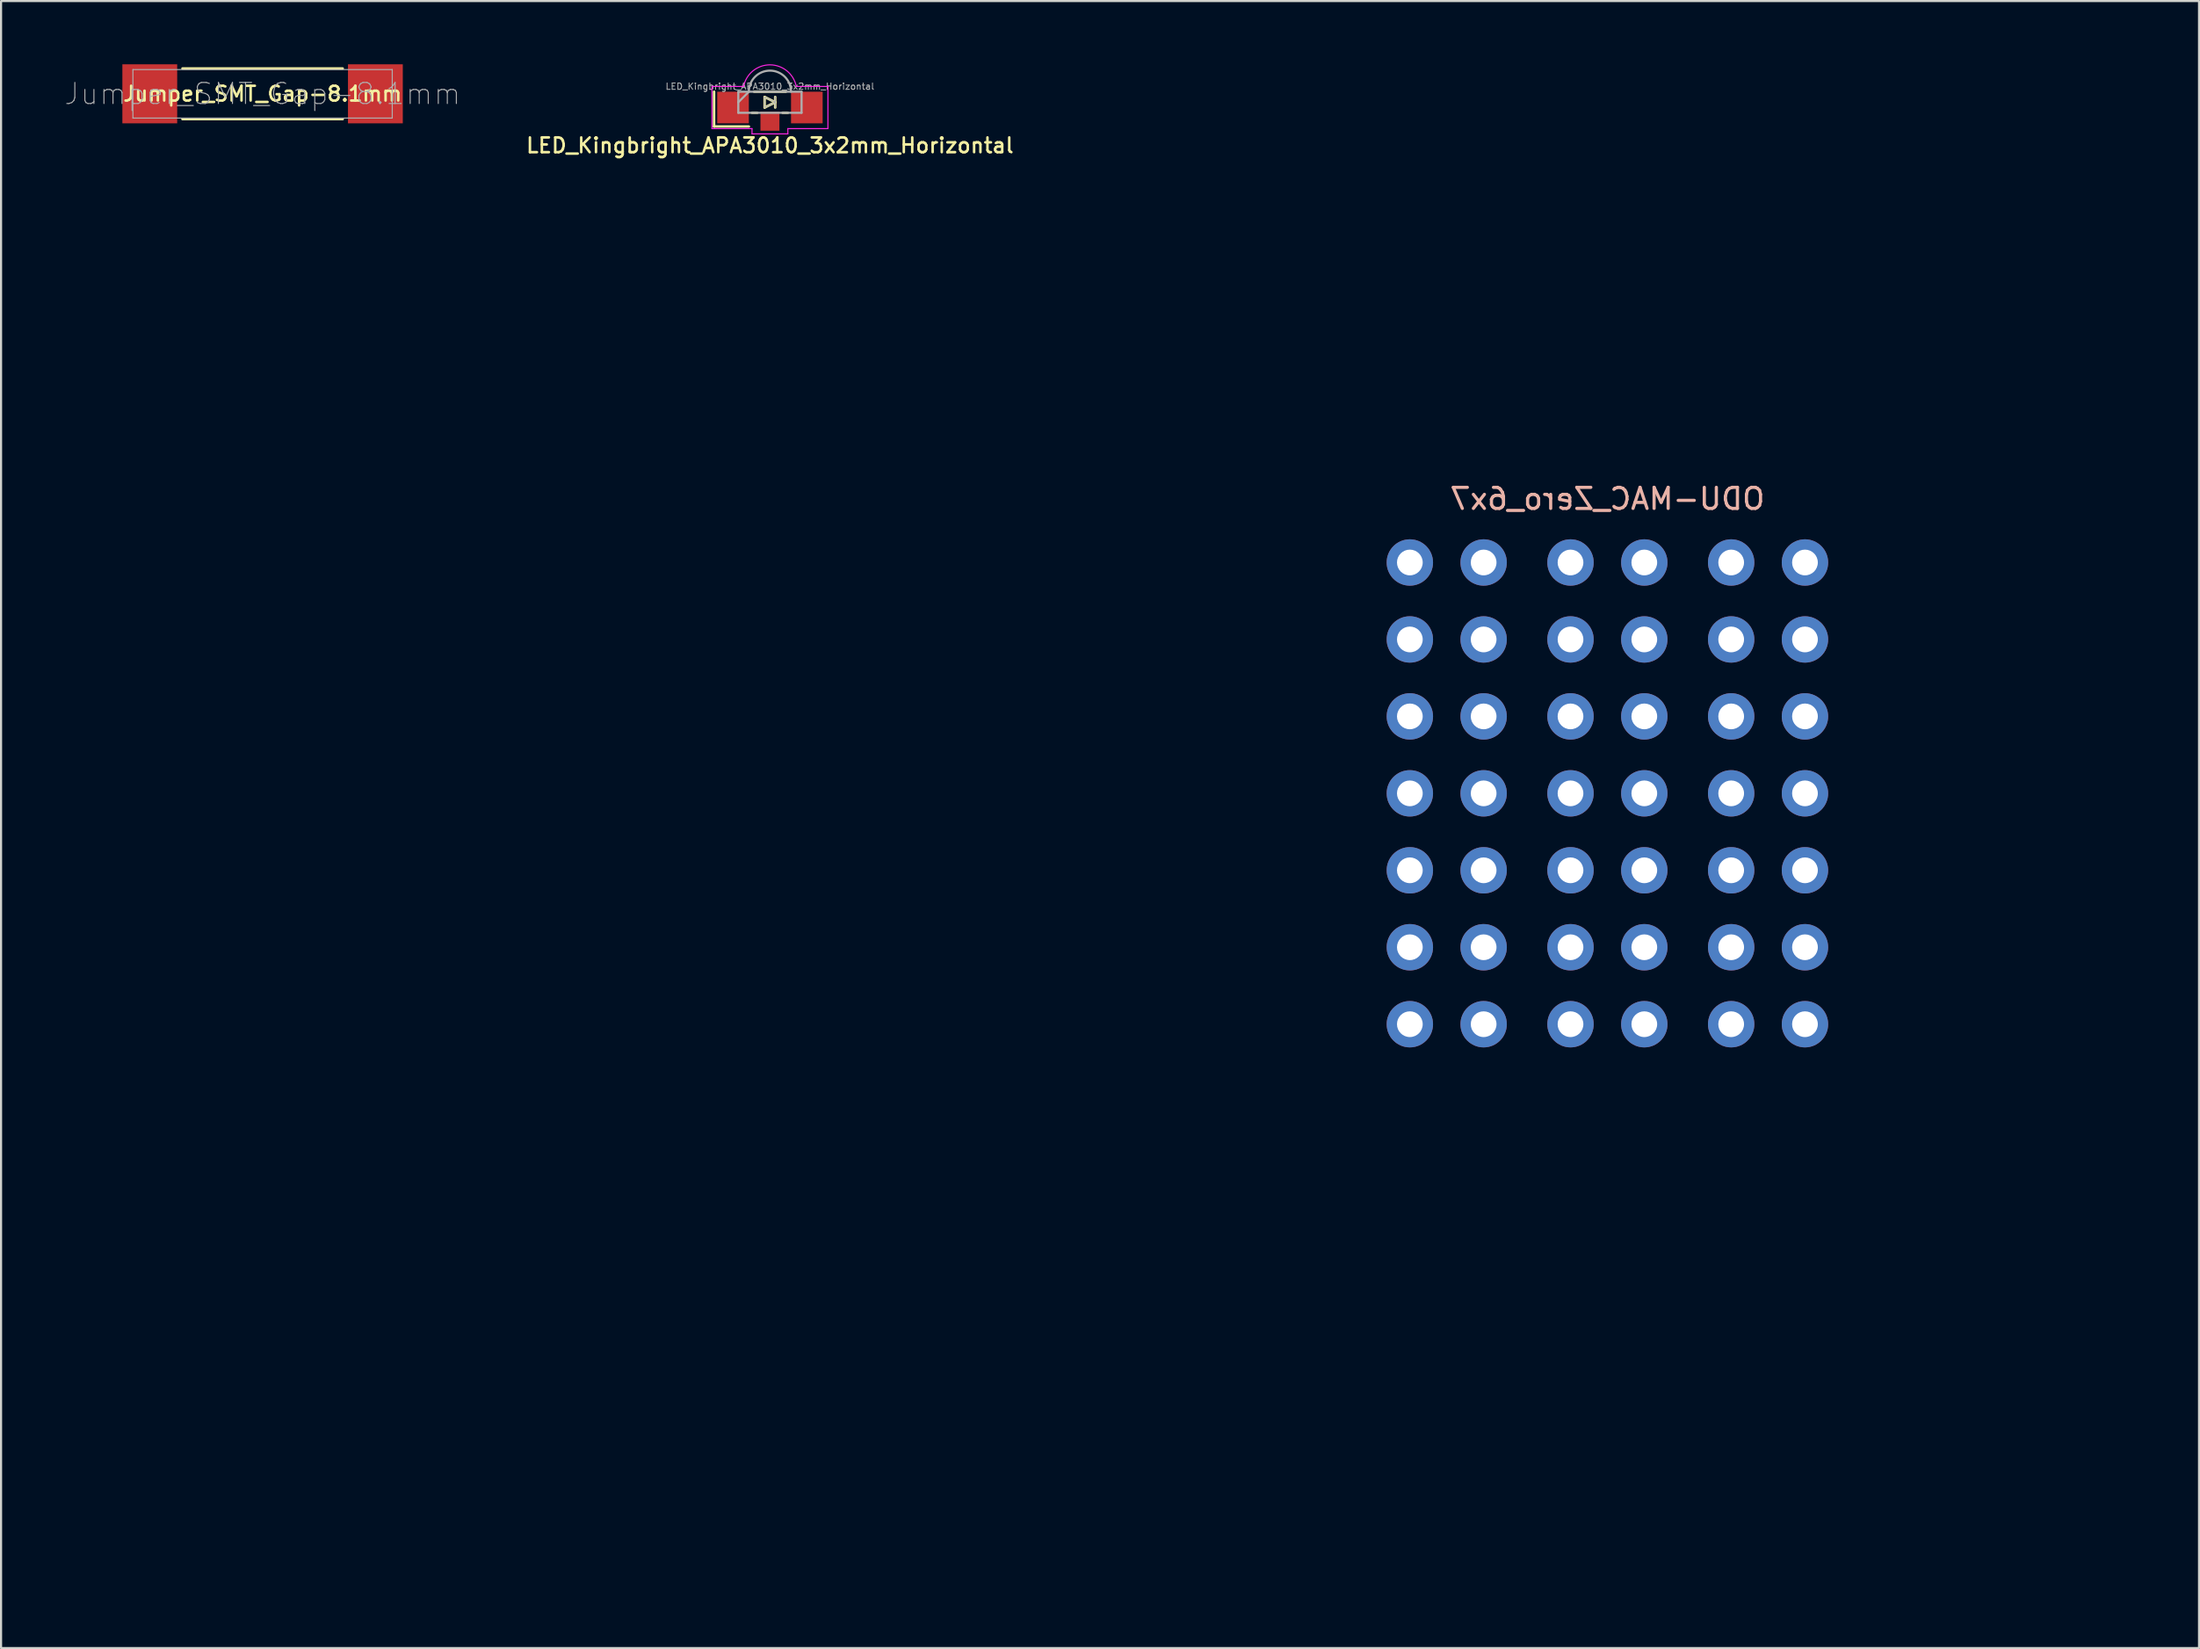
<source format=kicad_pcb>
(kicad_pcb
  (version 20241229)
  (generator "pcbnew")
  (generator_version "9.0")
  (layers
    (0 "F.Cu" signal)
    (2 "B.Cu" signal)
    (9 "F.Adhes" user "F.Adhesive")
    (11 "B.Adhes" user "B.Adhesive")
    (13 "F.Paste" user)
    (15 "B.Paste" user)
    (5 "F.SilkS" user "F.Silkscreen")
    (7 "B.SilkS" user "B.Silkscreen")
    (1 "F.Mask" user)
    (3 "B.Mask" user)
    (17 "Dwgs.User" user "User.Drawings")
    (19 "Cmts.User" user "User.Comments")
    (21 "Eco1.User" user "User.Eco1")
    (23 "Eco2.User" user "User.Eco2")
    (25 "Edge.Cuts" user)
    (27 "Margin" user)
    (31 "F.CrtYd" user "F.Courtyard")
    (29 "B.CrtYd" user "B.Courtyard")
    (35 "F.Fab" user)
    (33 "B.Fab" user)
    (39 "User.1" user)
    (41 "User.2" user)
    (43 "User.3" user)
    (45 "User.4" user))
  (footprint "LED_Kingbright_APA3010_3x2mm_Horizontal"
    (layer "F.Cu")
    (at 33.467 2.05)
    (property "Reference" "LED_Kingbright_APA3010_3x2mm_Horizontal" (at 0 1.8 0) (layer "F.SilkS") (effects (font (size 0.7 0.7) (thickness 0.12))))
    (attr smd)
    (fp_line (start -2.65 -0.75) (end -2.65 0.9) (stroke (width 0.12) (type solid)) (layer "F.SilkS"))
    (fp_line (start -2.65 0.9) (end -1 0.9) (stroke (width 0.12) (type solid)) (layer "F.SilkS"))
    (fp_line (start -0.85 0.25) (end -0.6 0.25) (stroke (width 0.12) (type solid)) (layer "F.SilkS"))
    (fp_line (start -0.75 -0.75) (end 0.75 -0.75) (stroke (width 0.12) (type solid)) (layer "F.SilkS"))
    (fp_line (start -0.25 -0.5) (end 0.25 -0.25) (stroke (width 0.12) (type solid)) (layer "F.SilkS"))
    (fp_line (start -0.25 0) (end -0.25 -0.5) (stroke (width 0.12) (type solid)) (layer "F.SilkS"))
    (fp_line (start 0.25 -0.5) (end 0.25 0) (stroke (width 0.12) (type solid)) (layer "F.SilkS"))
    (fp_line (start 0.25 -0.25) (end -0.25 0) (stroke (width 0.12) (type solid)) (layer "F.SilkS"))
    (fp_line (start 0.6 0.25) (end 0.85 0.25) (stroke (width 0.12) (type solid)) (layer "F.SilkS"))
    (fp_line (start -2.75 -1) (end -1.25 -1) (stroke (width 0.05) (type solid)) (layer "F.CrtYd"))
    (fp_line (start -2.75 1) (end -2.75 -1) (stroke (width 0.05) (type solid)) (layer "F.CrtYd"))
    (fp_line (start -2.75 1) (end -0.85 1) (stroke (width 0.05) (type solid)) (layer "F.CrtYd"))
    (fp_line (start -0.85 1) (end -0.85 1.25) (stroke (width 0.05) (type solid)) (layer "F.CrtYd"))
    (fp_line (start -0.85 1.25) (end 0.85 1.25) (stroke (width 0.05) (type solid)) (layer "F.CrtYd"))
    (fp_line (start 0.85 1) (end 0.85 1.25) (stroke (width 0.05) (type solid)) (layer "F.CrtYd"))
    (fp_line (start 0.85 1) (end 2.75 1) (stroke (width 0.05) (type solid)) (layer "F.CrtYd"))
    (fp_line (start 2.75 -1) (end 1.25 -1) (stroke (width 0.05) (type solid)) (layer "F.CrtYd"))
    (fp_line (start 2.75 1) (end 2.75 -1) (stroke (width 0.05) (type solid)) (layer "F.CrtYd"))
    (fp_arc (start -1.25 -1.000001) (mid 0 -2.024756) (end 1.25 -1) (stroke (width 0.05) (type solid)) (layer "F.CrtYd"))
    (fp_line (start -1.5 -0.75) (end -1.5 0.25) (stroke (width 0.1) (type solid)) (layer "F.Fab"))
    (fp_line (start -1.5 0.25) (end 1.5 0.25) (stroke (width 0.1) (type solid)) (layer "F.Fab"))
    (fp_line (start -1 -0.75) (end -1.5 -0.25) (stroke (width 0.1) (type solid)) (layer "F.Fab"))
    (fp_line (start -0.25 -0.5) (end 0.25 -0.25) (stroke (width 0.05) (type solid)) (layer "F.Fab"))
    (fp_line (start -0.25 0) (end -0.25 -0.5) (stroke (width 0.05) (type solid)) (layer "F.Fab"))
    (fp_line (start 0.25 -0.5) (end 0.25 -0.25) (stroke (width 0.05) (type solid)) (layer "F.Fab"))
    (fp_line (start 0.25 -0.25) (end -0.25 0) (stroke (width 0.05) (type solid)) (layer "F.Fab"))
    (fp_line (start 0.25 0) (end 0.25 -0.5) (stroke (width 0.05) (type solid)) (layer "F.Fab"))
    (fp_line (start 1.5 -0.75) (end -1.5 -0.75) (stroke (width 0.1) (type solid)) (layer "F.Fab"))
    (fp_line (start 1.5 0.25) (end 1.5 -0.75) (stroke (width 0.1) (type solid)) (layer "F.Fab"))
    (fp_arc (start -1 -0.75) (mid 0 -1.75) (end 1 -0.75) (stroke (width 0.1) (type solid)) (layer "F.Fab"))
    (fp_text user "${REFERENCE}" (at 0 -1 0) (layer "F.Fab") (effects (font (size 0.3 0.3) (thickness 0.045))))
    (pad "1" smd rect (at 1.75 0) (size 1.5 1.5) (layers "F.Cu" "F.Mask" "F.Paste"))
    (pad "2" smd rect (at -1.75 0) (size 1.5 1.5) (layers "F.Cu" "F.Mask" "F.Paste"))
    (pad "3" smd rect (at 0 0.65) (size 0.9 0.9) (layers "F.Cu" "F.Mask" "F.Paste")))
  (footprint "ODU-MAC_Zero_6x7"
    (layer "F.Cu")
    (at 73.187 34.58)
    (property "Reference" "ODU-MAC_Zero_6x7" (at 0 -13.97 0) (layer "B.SilkS") (effects (font (size 1 1) (thickness 0.15)) (justify mirror)))
    (attr through_hole)
    (fp_line (start -25 -34.52) (end 25 -34.52) (stroke (width 0.12) (type solid)) (layer "Eco1.User"))
    (fp_line (start -25 37.48) (end -25 -34.52) (stroke (width 0.12) (type solid)) (layer "Eco1.User"))
    (fp_line (start 25 -34.52) (end 25 37.48) (stroke (width 0.12) (type solid)) (layer "Eco1.User"))
    (fp_line (start 25 37.48) (end -25 37.48) (stroke (width 0.12) (type solid)) (layer "Eco1.User"))
    (fp_circle (center -20 -29.52) (end -17.9 -29.52) (stroke (width 0.12) (type solid)) (fill no) (layer "Eco1.User"))
    (fp_circle (center -20 32.48) (end -17.9 32.48) (stroke (width 0.12) (type solid)) (fill no) (layer "Eco1.User"))
    (fp_circle (center 20 -29.52) (end 22.1 -29.52) (stroke (width 0.12) (type solid)) (fill no) (layer "Eco1.User"))
    (fp_circle (center 20 32.48) (end 22.1 32.48) (stroke (width 0.12) (type solid)) (fill no) (layer "Eco1.User"))
    (fp_text user "+/- 20 mm X,-29.52 mm +32.48 mm Y" (at 0 -22.8 0) (layer "Eco1.User") (effects (font (size 1 1) (thickness 0.05))))
    (fp_text user "Flat bottom" (at 0 16 0) (layer "Eco1.User") (effects (font (size 1 1) (thickness 0.15))))
    (fp_text user "Holes are @ part center" (at -8.3 -24.5 0) (layer "Eco1.User") (effects (font (size 1 1) (thickness 0.05)) (justify left)))
    (fp_text user "Rounded top" (at 0 -17 0) (layer "Eco1.User") (effects (font (size 1 1) (thickness 0.15))))
    (pad "1" thru_hole circle (at -9.37 -10.95) (size 2.2 2.2) (drill 1.22) (layers "*.Cu" "*.Mask"))
    (pad "2" thru_hole circle (at -5.87 -10.95) (size 2.2 2.2) (drill 1.22) (layers "*.Cu" "*.Mask"))
    (pad "3" thru_hole circle (at -9.37 -7.3) (size 2.2 2.2) (drill 1.22) (layers "*.Cu" "*.Mask"))
    (pad "4" thru_hole circle (at -5.87 -7.3) (size 2.2 2.2) (drill 1.22) (layers "*.Cu" "*.Mask"))
    (pad "5" thru_hole circle (at -9.37 -3.65) (size 2.2 2.2) (drill 1.22) (layers "*.Cu" "*.Mask"))
    (pad "6" thru_hole circle (at -5.87 -3.65) (size 2.2 2.2) (drill 1.22) (layers "*.Cu" "*.Mask"))
    (pad "7" thru_hole circle (at -9.37 0) (size 2.2 2.2) (drill 1.22) (layers "*.Cu" "*.Mask"))
    (pad "8" thru_hole circle (at -5.87 0) (size 2.2 2.2) (drill 1.22) (layers "*.Cu" "*.Mask"))
    (pad "9" thru_hole circle (at -9.37 3.65) (size 2.2 2.2) (drill 1.22) (layers "*.Cu" "*.Mask"))
    (pad "10" thru_hole circle (at -5.87 3.65) (size 2.2 2.2) (drill 1.22) (layers "*.Cu" "*.Mask"))
    (pad "11" thru_hole circle (at -9.37 7.3) (size 2.2 2.2) (drill 1.22) (layers "*.Cu" "*.Mask"))
    (pad "12" thru_hole circle (at -5.87 7.3) (size 2.2 2.2) (drill 1.22) (layers "*.Cu" "*.Mask"))
    (pad "13" thru_hole circle (at -9.37 10.95) (size 2.2 2.2) (drill 1.22) (layers "*.Cu" "*.Mask"))
    (pad "14" thru_hole circle (at -5.87 10.95) (size 2.2 2.2) (drill 1.22) (layers "*.Cu" "*.Mask"))
    (pad "15" thru_hole circle (at -1.75 -10.95) (size 2.2 2.2) (drill 1.22) (layers "*.Cu" "*.Mask"))
    (pad "16" thru_hole circle (at 1.75 -10.95) (size 2.2 2.2) (drill 1.22) (layers "*.Cu" "*.Mask"))
    (pad "17" thru_hole circle (at -1.75 -7.3) (size 2.2 2.2) (drill 1.22) (layers "*.Cu" "*.Mask"))
    (pad "18" thru_hole circle (at 1.75 -7.3) (size 2.2 2.2) (drill 1.22) (layers "*.Cu" "*.Mask"))
    (pad "19" thru_hole circle (at -1.75 -3.65) (size 2.2 2.2) (drill 1.22) (layers "*.Cu" "*.Mask"))
    (pad "20" thru_hole circle (at 1.75 -3.65) (size 2.2 2.2) (drill 1.22) (layers "*.Cu" "*.Mask"))
    (pad "21" thru_hole circle (at -1.75 0) (size 2.2 2.2) (drill 1.22) (layers "*.Cu" "*.Mask"))
    (pad "22" thru_hole circle (at 1.75 0) (size 2.2 2.2) (drill 1.22) (layers "*.Cu" "*.Mask"))
    (pad "23" thru_hole circle (at -1.75 3.65) (size 2.2 2.2) (drill 1.22) (layers "*.Cu" "*.Mask"))
    (pad "24" thru_hole circle (at 1.75 3.65) (size 2.2 2.2) (drill 1.22) (layers "*.Cu" "*.Mask"))
    (pad "25" thru_hole circle (at -1.75 7.3) (size 2.2 2.2) (drill 1.22) (layers "*.Cu" "*.Mask"))
    (pad "26" thru_hole circle (at 1.75 7.3) (size 2.2 2.2) (drill 1.22) (layers "*.Cu" "*.Mask"))
    (pad "27" thru_hole circle (at -1.75 10.95) (size 2.2 2.2) (drill 1.22) (layers "*.Cu" "*.Mask"))
    (pad "28" thru_hole circle (at 1.75 10.95) (size 2.2 2.2) (drill 1.22) (layers "*.Cu" "*.Mask"))
    (pad "29" thru_hole circle (at 5.87 -10.95) (size 2.2 2.2) (drill 1.22) (layers "*.Cu" "*.Mask"))
    (pad "30" thru_hole circle (at 9.37 -10.95) (size 2.2 2.2) (drill 1.22) (layers "*.Cu" "*.Mask"))
    (pad "31" thru_hole circle (at 5.87 -7.3) (size 2.2 2.2) (drill 1.22) (layers "*.Cu" "*.Mask"))
    (pad "32" thru_hole circle (at 9.37 -7.3) (size 2.2 2.2) (drill 1.22) (layers "*.Cu" "*.Mask"))
    (pad "33" thru_hole circle (at 5.87 -3.65) (size 2.2 2.2) (drill 1.22) (layers "*.Cu" "*.Mask"))
    (pad "34" thru_hole circle (at 9.37 -3.65) (size 2.2 2.2) (drill 1.22) (layers "*.Cu" "*.Mask"))
    (pad "35" thru_hole circle (at 5.87 0) (size 2.2 2.2) (drill 1.22) (layers "*.Cu" "*.Mask"))
    (pad "36" thru_hole circle (at 9.37 0) (size 2.2 2.2) (drill 1.22) (layers "*.Cu" "*.Mask"))
    (pad "37" thru_hole circle (at 5.87 3.65) (size 2.2 2.2) (drill 1.22) (layers "*.Cu" "*.Mask"))
    (pad "38" thru_hole circle (at 9.37 3.65) (size 2.2 2.2) (drill 1.22) (layers "*.Cu" "*.Mask"))
    (pad "39" thru_hole circle (at 5.87 7.3) (size 2.2 2.2) (drill 1.22) (layers "*.Cu" "*.Mask"))
    (pad "40" thru_hole circle (at 9.37 7.3) (size 2.2 2.2) (drill 1.22) (layers "*.Cu" "*.Mask"))
    (pad "41" thru_hole circle (at 5.87 10.95) (size 2.2 2.2) (drill 1.22) (layers "*.Cu" "*.Mask"))
    (pad "42" thru_hole circle (at 9.37 10.95) (size 2.2 2.2) (drill 1.22) (layers "*.Cu" "*.Mask")))
  (footprint "Jumper_SMT_Gap-8.1mm"
    (layer "F.Cu")
    (at 9.404 1.4)
    (property "Reference" "Jumper_SMT_Gap-8.1mm" (at 0 0 0) (layer "F.SilkS") (effects (font (size 0.7 0.7) (thickness 0.12))))
    (attr smd)
    (fp_line (start -3.8 -1.2) (end 3.8 -1.2) (stroke (width 0.12) (type solid)) (layer "F.SilkS"))
    (fp_line (start -3.8 1.2) (end 3.8 1.2) (stroke (width 0.12) (type solid)) (layer "F.SilkS"))
    (fp_line (start -6.15 -1.15) (end 6.15 -1.15) (stroke (width 0.05) (type solid)) (layer "F.Fab"))
    (fp_line (start -6.15 1.15) (end -6.15 -1.15) (stroke (width 0.05) (type solid)) (layer "F.Fab"))
    (fp_line (start 6.15 -1.15) (end 6.15 1.15) (stroke (width 0.05) (type solid)) (layer "F.Fab"))
    (fp_line (start 6.15 1.15) (end -6.15 1.15) (stroke (width 0.05) (type solid)) (layer "F.Fab"))
    (fp_text user "${REFERENCE}" (at 0 0 0) (layer "F.Fab") (effects (font (size 1 1) (thickness 0.05))))
    (pad "1" smd rect (at -5.35 0) (size 2.6 2.8) (layers "F.Cu" "F.Mask" "F.Paste"))
    (pad "2" smd rect (at 5.35 0) (size 2.6 2.8) (layers "F.Cu" "F.Mask" "F.Paste")))
  (gr_rect
    (start -3 -3)
    (end 101.247 75.12)
    (stroke (width 0.1) (type default))
    (fill no)
    (layer "Edge.Cuts")))
</source>
